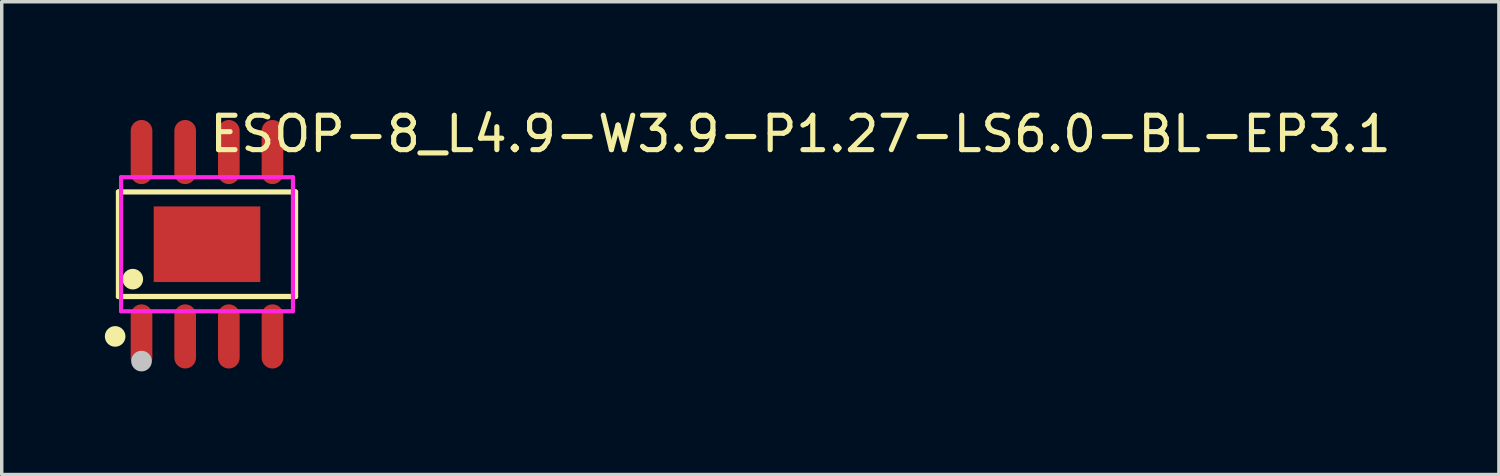
<source format=kicad_pcb>
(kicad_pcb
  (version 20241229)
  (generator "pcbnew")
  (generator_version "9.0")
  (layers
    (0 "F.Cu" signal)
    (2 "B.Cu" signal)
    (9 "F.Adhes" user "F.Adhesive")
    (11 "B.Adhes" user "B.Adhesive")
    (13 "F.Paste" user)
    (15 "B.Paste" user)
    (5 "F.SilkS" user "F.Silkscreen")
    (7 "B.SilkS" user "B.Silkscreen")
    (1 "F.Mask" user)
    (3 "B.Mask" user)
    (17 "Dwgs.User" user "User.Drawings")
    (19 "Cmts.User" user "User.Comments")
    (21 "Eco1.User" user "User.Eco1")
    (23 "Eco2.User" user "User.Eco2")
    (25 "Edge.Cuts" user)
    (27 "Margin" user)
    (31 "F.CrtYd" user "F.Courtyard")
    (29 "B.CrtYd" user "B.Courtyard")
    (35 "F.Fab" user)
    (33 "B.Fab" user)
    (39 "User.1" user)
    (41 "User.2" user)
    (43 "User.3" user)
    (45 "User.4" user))
  (footprint "ESOP-8_L4.9-W3.9-P1.27-LS6.0-BL-EP3.1"
    (layer "F.Cu")
    (at 2.972 4.055)
    (property "Reference" "ESOP-8_L4.9-W3.9-P1.27-LS6.0-BL-EP3.1" (at 0 -3.207 0) (layer "F.SilkS") (effects (font (size 1 1) (thickness 0.15)) (justify left)))
    (attr through_hole)
    (fp_line (start -2.576 -1.521) (end 2.576 -1.521) (stroke (width 0.152) (type solid)) (layer "F.SilkS"))
    (fp_line (start -2.576 1.521) (end -2.576 -1.521) (stroke (width 0.152) (type solid)) (layer "F.SilkS"))
    (fp_line (start 2.576 -1.521) (end 2.576 1.521) (stroke (width 0.152) (type solid)) (layer "F.SilkS"))
    (fp_line (start 2.576 1.521) (end -2.576 1.521) (stroke (width 0.152) (type solid)) (layer "F.SilkS"))
    (fp_circle (center -2.672 2.682) (end -2.522 2.682) (stroke (width 0.3) (type solid)) (fill no) (layer "F.SilkS"))
    (fp_circle (center -2.159 1.016) (end -2.009 1.016) (stroke (width 0.3) (type solid)) (fill no) (layer "F.SilkS"))
    (fp_circle (center -1.905 3.4) (end -1.755 3.4) (stroke (width 0.3) (type solid)) (fill no) (layer "Dwgs.User"))
    (fp_line (start -2.115 -2.175) (end -1.695 -2.175) (stroke (width 0.12) (type solid)) (layer "Eco2.User"))
    (fp_line (start -2.115 -1.94) (end -2.115 -2.175) (stroke (width 0.12) (type solid)) (layer "Eco2.User"))
    (fp_line (start -2.115 1.94) (end -1.695 1.94) (stroke (width 0.12) (type solid)) (layer "Eco2.User"))
    (fp_line (start -2.115 2.175) (end -2.115 1.94) (stroke (width 0.12) (type solid)) (layer "Eco2.User"))
    (fp_line (start -1.695 -2.175) (end -1.695 -1.94) (stroke (width 0.12) (type solid)) (layer "Eco2.User"))
    (fp_line (start -1.695 -1.94) (end -2.115 -1.94) (stroke (width 0.12) (type solid)) (layer "Eco2.User"))
    (fp_line (start -1.695 1.94) (end -1.695 2.175) (stroke (width 0.12) (type solid)) (layer "Eco2.User"))
    (fp_line (start -1.695 2.175) (end -2.115 2.175) (stroke (width 0.12) (type solid)) (layer "Eco2.User"))
    (fp_line (start -0.845 -2.175) (end -0.425 -2.175) (stroke (width 0.12) (type solid)) (layer "Eco2.User"))
    (fp_line (start -0.845 -1.94) (end -0.845 -2.175) (stroke (width 0.12) (type solid)) (layer "Eco2.User"))
    (fp_line (start -0.845 1.94) (end -0.425 1.94) (stroke (width 0.12) (type solid)) (layer "Eco2.User"))
    (fp_line (start -0.845 2.175) (end -0.845 1.94) (stroke (width 0.12) (type solid)) (layer "Eco2.User"))
    (fp_line (start -0.425 -2.175) (end -0.425 -1.94) (stroke (width 0.12) (type solid)) (layer "Eco2.User"))
    (fp_line (start -0.425 -1.94) (end -0.845 -1.94) (stroke (width 0.12) (type solid)) (layer "Eco2.User"))
    (fp_line (start -0.425 1.94) (end -0.425 2.175) (stroke (width 0.12) (type solid)) (layer "Eco2.User"))
    (fp_line (start -0.425 2.175) (end -0.845 2.175) (stroke (width 0.12) (type solid)) (layer "Eco2.User"))
    (fp_line (start 0.425 -2.175) (end 0.845 -2.175) (stroke (width 0.12) (type solid)) (layer "Eco2.User"))
    (fp_line (start 0.425 -1.94) (end 0.425 -2.175) (stroke (width 0.12) (type solid)) (layer "Eco2.User"))
    (fp_line (start 0.425 1.94) (end 0.845 1.94) (stroke (width 0.12) (type solid)) (layer "Eco2.User"))
    (fp_line (start 0.425 2.175) (end 0.425 1.94) (stroke (width 0.12) (type solid)) (layer "Eco2.User"))
    (fp_line (start 0.845 -2.175) (end 0.845 -1.94) (stroke (width 0.12) (type solid)) (layer "Eco2.User"))
    (fp_line (start 0.845 -1.94) (end 0.425 -1.94) (stroke (width 0.12) (type solid)) (layer "Eco2.User"))
    (fp_line (start 0.845 1.94) (end 0.845 2.175) (stroke (width 0.12) (type solid)) (layer "Eco2.User"))
    (fp_line (start 0.845 2.175) (end 0.425 2.175) (stroke (width 0.12) (type solid)) (layer "Eco2.User"))
    (fp_line (start 1.695 -2.175) (end 2.115 -2.175) (stroke (width 0.12) (type solid)) (layer "Eco2.User"))
    (fp_line (start 1.695 -1.94) (end 1.695 -2.175) (stroke (width 0.12) (type solid)) (layer "Eco2.User"))
    (fp_line (start 1.695 1.94) (end 2.115 1.94) (stroke (width 0.12) (type solid)) (layer "Eco2.User"))
    (fp_line (start 1.695 2.175) (end 1.695 1.94) (stroke (width 0.12) (type solid)) (layer "Eco2.User"))
    (fp_line (start 2.115 -2.175) (end 2.115 -1.94) (stroke (width 0.12) (type solid)) (layer "Eco2.User"))
    (fp_line (start 2.115 -1.94) (end 1.695 -1.94) (stroke (width 0.12) (type solid)) (layer "Eco2.User"))
    (fp_line (start 2.115 1.94) (end 2.115 2.175) (stroke (width 0.12) (type solid)) (layer "Eco2.User"))
    (fp_line (start 2.115 2.175) (end 1.695 2.175) (stroke (width 0.12) (type solid)) (layer "Eco2.User"))
    (fp_circle (center -2.5 3) (end -2.47 3) (stroke (width 0.06) (type solid)) (fill no) (layer "Eco2.User"))
    (fp_poly (pts (xy -2.115 -2.165) (xy -2.115 -3) (xy -1.695 -3) (xy -1.695 -2.165)) (stroke (width 0.12) (type solid)) (fill no) (layer "Eco2.User"))
    (fp_poly (pts (xy -2.115 3) (xy -2.115 2.165) (xy -1.695 2.165) (xy -1.695 3)) (stroke (width 0.12) (type solid)) (fill no) (layer "Eco2.User"))
    (fp_poly (pts (xy -1.55 -1.1) (xy 1.55 -1.1) (xy 1.55 1.1) (xy -1.55 1.1)) (stroke (width 0.12) (type solid)) (fill no) (layer "Eco2.User"))
    (fp_poly (pts (xy -0.845 -2.165) (xy -0.845 -3) (xy -0.425 -3) (xy -0.425 -2.165)) (stroke (width 0.12) (type solid)) (fill no) (layer "Eco2.User"))
    (fp_poly (pts (xy -0.845 3) (xy -0.845 2.165) (xy -0.425 2.165) (xy -0.425 3)) (stroke (width 0.12) (type solid)) (fill no) (layer "Eco2.User"))
    (fp_poly (pts (xy 0.425 -2.165) (xy 0.425 -3) (xy 0.845 -3) (xy 0.845 -2.165)) (stroke (width 0.12) (type solid)) (fill no) (layer "Eco2.User"))
    (fp_poly (pts (xy 0.425 3) (xy 0.425 2.165) (xy 0.845 2.165) (xy 0.845 3)) (stroke (width 0.12) (type solid)) (fill no) (layer "Eco2.User"))
    (fp_poly (pts (xy 1.695 -2.165) (xy 1.695 -3) (xy 2.115 -3) (xy 2.115 -2.165)) (stroke (width 0.12) (type solid)) (fill no) (layer "Eco2.User"))
    (fp_poly (pts (xy 1.695 3) (xy 1.695 2.165) (xy 2.115 2.165) (xy 2.115 3)) (stroke (width 0.12) (type solid)) (fill no) (layer "Eco2.User"))
    (fp_line (start -2.5 -1.95) (end 2.5 -1.95) (stroke (width 0.12) (type solid)) (layer "F.CrtYd"))
    (fp_line (start -2.5 1.95) (end -2.5 -1.95) (stroke (width 0.12) (type solid)) (layer "F.CrtYd"))
    (fp_line (start 2.5 -1.95) (end 2.5 1.95) (stroke (width 0.12) (type solid)) (layer "F.CrtYd"))
    (fp_line (start 2.5 1.95) (end -2.5 1.95) (stroke (width 0.12) (type solid)) (layer "F.CrtYd"))
    (pad "1" smd oval (at -1.905 2.682) (size 0.63 1.865) (layers "F.Cu" "F.Mask" "F.Paste"))
    (pad "2" smd oval (at -0.635 2.682) (size 0.63 1.865) (layers "F.Cu" "F.Mask" "F.Paste"))
    (pad "3" smd oval (at 0.635 2.682) (size 0.63 1.865) (layers "F.Cu" "F.Mask" "F.Paste"))
    (pad "4" smd oval (at 1.905 2.682) (size 0.63 1.865) (layers "F.Cu" "F.Mask" "F.Paste"))
    (pad "5" smd oval (at 1.905 -2.682) (size 0.63 1.865) (layers "F.Cu" "F.Mask" "F.Paste"))
    (pad "6" smd oval (at 0.635 -2.682) (size 0.63 1.865) (layers "F.Cu" "F.Mask" "F.Paste"))
    (pad "7" smd oval (at -0.635 -2.682) (size 0.63 1.865) (layers "F.Cu" "F.Mask" "F.Paste"))
    (pad "8" smd oval (at -1.905 -2.682) (size 0.63 1.865) (layers "F.Cu" "F.Mask" "F.Paste"))
    (pad "9" smd rect (at 0 0) (size 3.1 2.2) (layers "F.Cu" "F.Mask" "F.Paste")))
  (gr_rect
    (start -3 -3)
    (end 40.555 10.755)
    (stroke (width 0.1) (type default))
    (fill no)
    (layer "Edge.Cuts")))
</source>
